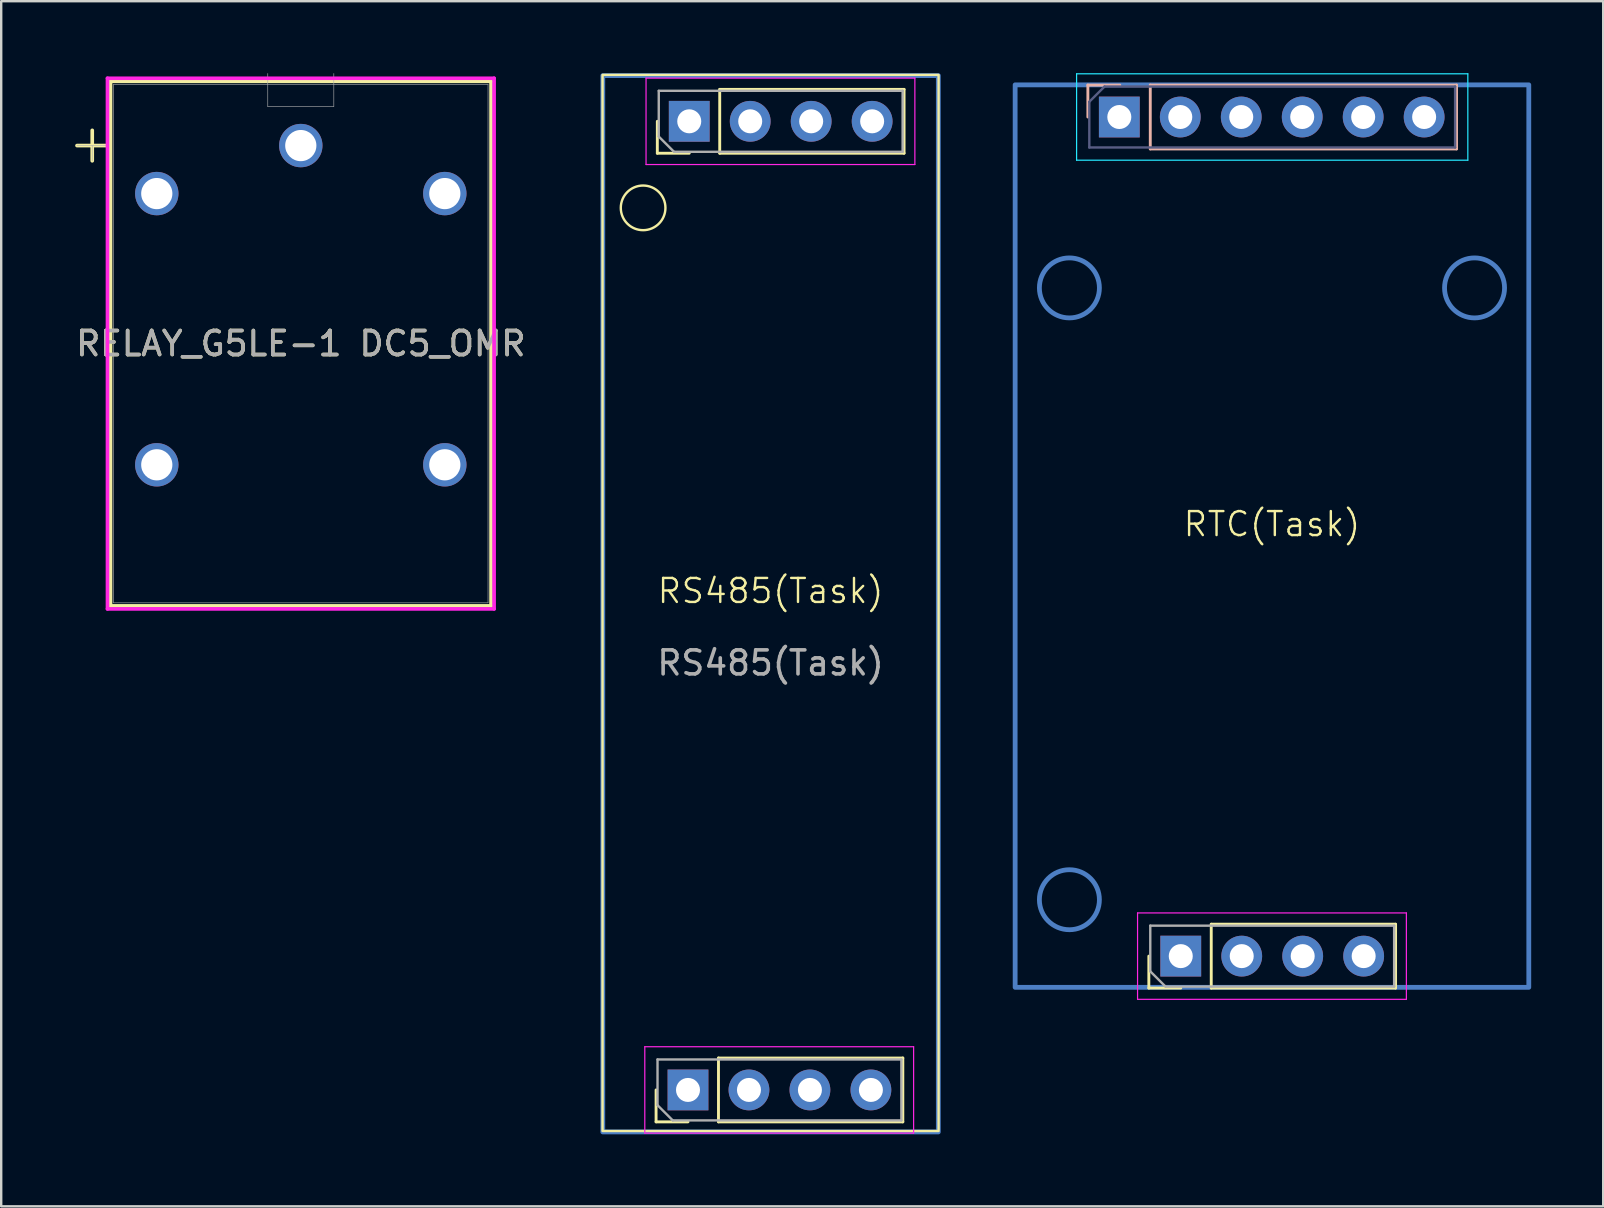
<source format=kicad_pcb>
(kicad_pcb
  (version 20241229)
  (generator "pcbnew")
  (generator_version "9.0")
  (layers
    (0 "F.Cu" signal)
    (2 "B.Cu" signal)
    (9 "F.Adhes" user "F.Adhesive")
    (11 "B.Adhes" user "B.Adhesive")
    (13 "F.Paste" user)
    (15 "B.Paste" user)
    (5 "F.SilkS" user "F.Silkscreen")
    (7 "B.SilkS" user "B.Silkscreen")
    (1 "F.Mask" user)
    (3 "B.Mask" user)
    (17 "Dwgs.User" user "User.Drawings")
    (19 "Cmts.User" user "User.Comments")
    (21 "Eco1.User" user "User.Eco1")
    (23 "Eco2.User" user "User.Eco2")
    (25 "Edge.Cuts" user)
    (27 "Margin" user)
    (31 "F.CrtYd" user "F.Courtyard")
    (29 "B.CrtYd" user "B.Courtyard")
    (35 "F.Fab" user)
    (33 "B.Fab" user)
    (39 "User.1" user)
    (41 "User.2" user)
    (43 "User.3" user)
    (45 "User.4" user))
  (footprint "RTC(Task)"
    (layer "F.Cu")
    (at 49.944 19.285)
    (property "Reference" "RTC(Task)" (at 0 -0.5 0) (unlocked yes) (layer "F.SilkS") (effects (font (size 1 1) (thickness 0.1))))
    (attr smd)
    (fp_rect (start -10.7 -18.8) (end 10.7 18.8) (stroke (width 0.2) (type default)) (fill no) (layer "B.Cu"))
    (fp_circle (center -8.44 -10.34) (end -7.19 -10.34) (stroke (width 0.2) (type default)) (fill no) (layer "B.Cu"))
    (fp_circle (center -8.44 15.15) (end -7.19 15.15) (stroke (width 0.2) (type default)) (fill no) (layer "B.Cu"))
    (fp_circle (center 8.44 -10.34) (end 9.69 -10.34) (stroke (width 0.2) (type default)) (fill no) (layer "B.Cu"))
    (fp_line (start -5.13 18.83) (end -5.13 17.5) (stroke (width 0.12) (type solid)) (layer "F.SilkS"))
    (fp_line (start -3.8 18.83) (end -5.13 18.83) (stroke (width 0.12) (type solid)) (layer "F.SilkS"))
    (fp_line (start -2.53 16.17) (end 5.15 16.17) (stroke (width 0.12) (type solid)) (layer "F.SilkS"))
    (fp_line (start -2.53 18.83) (end -2.53 16.17) (stroke (width 0.12) (type solid)) (layer "F.SilkS"))
    (fp_line (start -2.53 18.83) (end 5.15 18.83) (stroke (width 0.12) (type solid)) (layer "F.SilkS"))
    (fp_line (start 5.15 18.83) (end 5.15 16.17) (stroke (width 0.12) (type solid)) (layer "F.SilkS"))
    (fp_line (start -7.67 -18.79) (end -7.67 -17.46) (stroke (width 0.12) (type solid)) (layer "B.SilkS"))
    (fp_line (start -6.34 -18.79) (end -7.67 -18.79) (stroke (width 0.12) (type solid)) (layer "B.SilkS"))
    (fp_line (start -5.07 -18.79) (end -5.07 -16.13) (stroke (width 0.12) (type solid)) (layer "B.SilkS"))
    (fp_line (start -5.07 -18.79) (end 7.69 -18.79) (stroke (width 0.12) (type solid)) (layer "B.SilkS"))
    (fp_line (start -5.07 -16.13) (end 7.69 -16.13) (stroke (width 0.12) (type solid)) (layer "B.SilkS"))
    (fp_line (start 7.69 -18.79) (end 7.69 -16.13) (stroke (width 0.12) (type solid)) (layer "B.SilkS"))
    (fp_line (start -8.14 -19.26) (end 8.16 -19.26) (stroke (width 0.05) (type solid)) (layer "B.CrtYd"))
    (fp_line (start -8.14 -15.66) (end -8.14 -19.26) (stroke (width 0.05) (type solid)) (layer "B.CrtYd"))
    (fp_line (start 8.16 -19.26) (end 8.16 -15.66) (stroke (width 0.05) (type solid)) (layer "B.CrtYd"))
    (fp_line (start 8.16 -15.66) (end -8.14 -15.66) (stroke (width 0.05) (type solid)) (layer "B.CrtYd"))
    (fp_line (start -5.6 15.7) (end -5.6 19.3) (stroke (width 0.05) (type solid)) (layer "F.CrtYd"))
    (fp_line (start -5.6 19.3) (end 5.6 19.3) (stroke (width 0.05) (type solid)) (layer "F.CrtYd"))
    (fp_line (start 5.6 15.7) (end -5.6 15.7) (stroke (width 0.05) (type solid)) (layer "F.CrtYd"))
    (fp_line (start 5.6 19.3) (end 5.6 15.7) (stroke (width 0.05) (type solid)) (layer "F.CrtYd"))
    (fp_line (start -7.61 -18.095) (end -7.61 -16.19) (stroke (width 0.1) (type solid)) (layer "B.Fab"))
    (fp_line (start -7.61 -16.19) (end 7.63 -16.19) (stroke (width 0.1) (type solid)) (layer "B.Fab"))
    (fp_line (start -6.975 -18.73) (end -7.61 -18.095) (stroke (width 0.1) (type solid)) (layer "B.Fab"))
    (fp_line (start 7.63 -18.73) (end -6.975 -18.73) (stroke (width 0.1) (type solid)) (layer "B.Fab"))
    (fp_line (start 7.63 -16.19) (end 7.63 -18.73) (stroke (width 0.1) (type solid)) (layer "B.Fab"))
    (fp_line (start -5.07 16.23) (end 5.09 16.23) (stroke (width 0.1) (type solid)) (layer "F.Fab"))
    (fp_line (start -5.07 18.135) (end -5.07 16.23) (stroke (width 0.1) (type solid)) (layer "F.Fab"))
    (fp_line (start -4.435 18.77) (end -5.07 18.135) (stroke (width 0.1) (type solid)) (layer "F.Fab"))
    (fp_line (start 5.09 16.23) (end 5.09 18.77) (stroke (width 0.1) (type solid)) (layer "F.Fab"))
    (fp_line (start 5.09 18.77) (end -4.435 18.77) (stroke (width 0.1) (type solid)) (layer "F.Fab"))
    (pad "1" thru_hole rect (at -6.36 -17.46 90) (size 1.7 1.7) (drill 1) (layers "*.Cu" "*.Mask"))
    (pad "1" thru_hole rect (at -3.8 17.5 90) (size 1.7 1.7) (drill 1) (layers "*.Cu" "*.Mask"))
    (pad "2" thru_hole oval (at -3.82 -17.46 90) (size 1.7 1.7) (drill 1) (layers "*.Cu" "*.Mask"))
    (pad "2" thru_hole oval (at -1.26 17.5 90) (size 1.7 1.7) (drill 1) (layers "*.Cu" "*.Mask"))
    (pad "3" thru_hole oval (at -1.28 -17.46 90) (size 1.7 1.7) (drill 1) (layers "*.Cu" "*.Mask"))
    (pad "3" thru_hole oval (at 1.28 17.5 90) (size 1.7 1.7) (drill 1) (layers "*.Cu" "*.Mask"))
    (pad "4" thru_hole oval (at 1.26 -17.46 90) (size 1.7 1.7) (drill 1) (layers "*.Cu" "*.Mask"))
    (pad "4" thru_hole oval (at 3.82 17.5 90) (size 1.7 1.7) (drill 1) (layers "*.Cu" "*.Mask"))
    (pad "5" thru_hole oval (at 3.8 -17.46 90) (size 1.7 1.7) (drill 1) (layers "*.Cu" "*.Mask"))
    (pad "6" thru_hole oval (at 6.34 -17.46 90) (size 1.7 1.7) (drill 1) (layers "*.Cu" "*.Mask")))
  (footprint "RELAY_G5LE-1 DC5_OMR"
    (layer "F.Cu")
    (at 9.482 19.515)
    (property "Reference" "RELAY_G5LE-1 DC5_OMR" (at 0 -8.25 0) (unlocked yes) (layer "F.SilkS") (effects (font (size 1 1) (thickness 0.15))))
    (attr through_hole)
    (fp_line (start -9.324 -16.5) (end -8.054 -16.5) (stroke (width 0.152) (type solid)) (layer "F.SilkS"))
    (fp_line (start -8.689 -17.135) (end -8.689 -15.865) (stroke (width 0.152) (type solid)) (layer "F.SilkS"))
    (fp_line (start -7.927 -19.177) (end -7.927 2.677) (stroke (width 0.152) (type solid)) (layer "F.SilkS"))
    (fp_line (start 7.927 -19.177) (end -7.927 -19.177) (stroke (width 0.152) (type solid)) (layer "F.SilkS"))
    (fp_line (start 7.927 -19.177) (end 7.927 2.677) (stroke (width 0.152) (type solid)) (layer "F.SilkS"))
    (fp_line (start 7.927 2.677) (end -7.927 2.677) (stroke (width 0.152) (type solid)) (layer "F.SilkS"))
    (fp_line (start -8.054 -19.304) (end -8.054 2.804) (stroke (width 0.152) (type solid)) (layer "F.CrtYd"))
    (fp_line (start -8.054 2.804) (end 8.054 2.804) (stroke (width 0.152) (type solid)) (layer "F.CrtYd"))
    (fp_line (start 8.054 -19.304) (end -8.054 -19.304) (stroke (width 0.152) (type solid)) (layer "F.CrtYd"))
    (fp_line (start 8.054 2.804) (end 8.054 -19.304) (stroke (width 0.152) (type solid)) (layer "F.CrtYd"))
    (fp_line (start -9.324 -16.5) (end -8.054 -16.5) (stroke (width 0.025) (type solid)) (layer "F.Fab"))
    (fp_line (start -8.689 -16.5) (end -8.689 -15.865) (stroke (width 0.025) (type solid)) (layer "F.Fab"))
    (fp_line (start -7.8 -19.05) (end -7.8 2.55) (stroke (width 0.025) (type solid)) (layer "F.Fab"))
    (fp_line (start -1.376 -18.126) (end -1.376 -19.502) (stroke (width 0.025) (type solid)) (layer "F.Fab"))
    (fp_line (start 1.376 -19.502) (end 1.376 -18.126) (stroke (width 0.025) (type solid)) (layer "F.Fab"))
    (fp_line (start 1.376 -18.126) (end -1.376 -18.126) (stroke (width 0.025) (type solid)) (layer "F.Fab"))
    (fp_line (start 7.8 -19.05) (end -7.8 -19.05) (stroke (width 0.025) (type solid)) (layer "F.Fab"))
    (fp_line (start 7.8 -19.05) (end 7.8 2.55) (stroke (width 0.025) (type solid)) (layer "F.Fab"))
    (fp_line (start 7.8 2.55) (end -7.8 2.55) (stroke (width 0.025) (type solid)) (layer "F.Fab"))
    (fp_text user "${REFERENCE}" (at 0 -8.25 0) (unlocked yes) (layer "F.Fab") (effects (font (size 1 1) (thickness 0.15))))
    (pad "1" thru_hole circle (at 0 -16.5) (size 1.808 1.808) (drill 1.3) (layers "*.Cu" "*.Mask"))
    (pad "2" thru_hole circle (at -6 -14.5) (size 1.808 1.808) (drill 1.3) (layers "*.Cu" "*.Mask"))
    (pad "3" thru_hole circle (at -6 -3.2) (size 1.808 1.808) (drill 1.3) (layers "*.Cu" "*.Mask"))
    (pad "4" thru_hole circle (at 6 -3.2) (size 1.808 1.808) (drill 1.3) (layers "*.Cu" "*.Mask"))
    (pad "5" thru_hole circle (at 6 -14.5) (size 1.808 1.808) (drill 1.3) (layers "*.Cu" "*.Mask")))
  (footprint "RS485(Task)"
    (layer "F.Cu")
    (at 29.054 22.07)
    (property "Reference" "RS485(Task)" (at 0 -0.5 0) (unlocked yes) (layer "F.SilkS") (effects (font (size 1 1) (thickness 0.1))))
    (attr smd)
    (fp_rect (start -6.99 -21.97) (end 6.99 22.04) (stroke (width 0.2) (type default)) (fill no) (layer "B.Cu"))
    (fp_line (start -4.77 21.62) (end -4.77 20.29) (stroke (width 0.12) (type solid)) (layer "F.SilkS"))
    (fp_line (start -4.718 -18.736) (end -4.718 -20.066) (stroke (width 0.12) (type solid)) (layer "F.SilkS"))
    (fp_line (start -3.44 21.62) (end -4.77 21.62) (stroke (width 0.12) (type solid)) (layer "F.SilkS"))
    (fp_line (start -3.388 -18.736) (end -4.718 -18.736) (stroke (width 0.12) (type solid)) (layer "F.SilkS"))
    (fp_line (start -2.17 18.96) (end 5.51 18.96) (stroke (width 0.12) (type solid)) (layer "F.SilkS"))
    (fp_line (start -2.17 21.62) (end -2.17 18.96) (stroke (width 0.12) (type solid)) (layer "F.SilkS"))
    (fp_line (start -2.17 21.62) (end 5.51 21.62) (stroke (width 0.12) (type solid)) (layer "F.SilkS"))
    (fp_line (start -2.118 -21.396) (end 5.562 -21.396) (stroke (width 0.12) (type solid)) (layer "F.SilkS"))
    (fp_line (start -2.118 -18.736) (end -2.118 -21.396) (stroke (width 0.12) (type solid)) (layer "F.SilkS"))
    (fp_line (start -2.118 -18.736) (end 5.562 -18.736) (stroke (width 0.12) (type solid)) (layer "F.SilkS"))
    (fp_line (start 5.51 21.62) (end 5.51 18.96) (stroke (width 0.12) (type solid)) (layer "F.SilkS"))
    (fp_line (start 5.562 -18.736) (end 5.562 -21.396) (stroke (width 0.12) (type solid)) (layer "F.SilkS"))
    (fp_rect (start -7 -22) (end 7 22) (stroke (width 0.1) (type default)) (fill no) (layer "F.SilkS"))
    (fp_circle (center -5.31 -16.46) (end -4.38 -16.46) (stroke (width 0.1) (type default)) (fill no) (layer "F.SilkS"))
    (fp_line (start -5.24 18.49) (end -5.24 22.09) (stroke (width 0.05) (type solid)) (layer "F.CrtYd"))
    (fp_line (start -5.24 22.09) (end 5.96 22.09) (stroke (width 0.05) (type solid)) (layer "F.CrtYd"))
    (fp_line (start -5.188 -21.866) (end -5.188 -18.266) (stroke (width 0.05) (type solid)) (layer "F.CrtYd"))
    (fp_line (start -5.188 -18.266) (end 6.012 -18.266) (stroke (width 0.05) (type solid)) (layer "F.CrtYd"))
    (fp_line (start 5.96 18.49) (end -5.24 18.49) (stroke (width 0.05) (type solid)) (layer "F.CrtYd"))
    (fp_line (start 5.96 22.09) (end 5.96 18.49) (stroke (width 0.05) (type solid)) (layer "F.CrtYd"))
    (fp_line (start 6.012 -21.866) (end -5.188 -21.866) (stroke (width 0.05) (type solid)) (layer "F.CrtYd"))
    (fp_line (start 6.012 -18.266) (end 6.012 -21.866) (stroke (width 0.05) (type solid)) (layer "F.CrtYd"))
    (fp_line (start -4.71 19.02) (end 5.45 19.02) (stroke (width 0.1) (type solid)) (layer "F.Fab"))
    (fp_line (start -4.71 20.925) (end -4.71 19.02) (stroke (width 0.1) (type solid)) (layer "F.Fab"))
    (fp_line (start -4.658 -21.336) (end 5.502 -21.336) (stroke (width 0.1) (type solid)) (layer "F.Fab"))
    (fp_line (start -4.658 -19.431) (end -4.658 -21.336) (stroke (width 0.1) (type solid)) (layer "F.Fab"))
    (fp_line (start -4.075 21.56) (end -4.71 20.925) (stroke (width 0.1) (type solid)) (layer "F.Fab"))
    (fp_line (start -4.023 -18.796) (end -4.658 -19.431) (stroke (width 0.1) (type solid)) (layer "F.Fab"))
    (fp_line (start 5.45 19.02) (end 5.45 21.56) (stroke (width 0.1) (type solid)) (layer "F.Fab"))
    (fp_line (start 5.45 21.56) (end -4.075 21.56) (stroke (width 0.1) (type solid)) (layer "F.Fab"))
    (fp_line (start 5.502 -21.336) (end 5.502 -18.796) (stroke (width 0.1) (type solid)) (layer "F.Fab"))
    (fp_line (start 5.502 -18.796) (end -4.023 -18.796) (stroke (width 0.1) (type solid)) (layer "F.Fab"))
    (fp_text user "${REFERENCE}" (at 0 2.5 0) (unlocked yes) (layer "F.Fab") (effects (font (size 1 1) (thickness 0.15))))
    (pad "1" thru_hole rect (at -3.44 20.29 90) (size 1.7 1.7) (drill 1) (layers "*.Cu" "*.Mask"))
    (pad "2" thru_hole oval (at -0.9 20.29 90) (size 1.7 1.7) (drill 1) (layers "*.Cu" "*.Mask"))
    (pad "3" thru_hole oval (at 1.64 20.29 90) (size 1.7 1.7) (drill 1) (layers "*.Cu" "*.Mask"))
    (pad "4" thru_hole oval (at 4.18 20.29 90) (size 1.7 1.7) (drill 1) (layers "*.Cu" "*.Mask"))
    (pad "5" thru_hole rect (at -3.388 -20.066 90) (size 1.7 1.7) (drill 1) (layers "*.Cu" "*.Mask"))
    (pad "6" thru_hole oval (at -0.848 -20.066 90) (size 1.7 1.7) (drill 1) (layers "*.Cu" "*.Mask"))
    (pad "7" thru_hole oval (at 1.692 -20.066 90) (size 1.7 1.7) (drill 1) (layers "*.Cu" "*.Mask"))
    (pad "8" thru_hole oval (at 4.232 -20.066 90) (size 1.7 1.7) (drill 1) (layers "*.Cu" "*.Mask")))
  (gr_rect
    (start -3 -3)
    (end 63.744 47.21)
    (stroke (width 0.1) (type default))
    (fill no)
    (layer "Edge.Cuts")))
</source>
